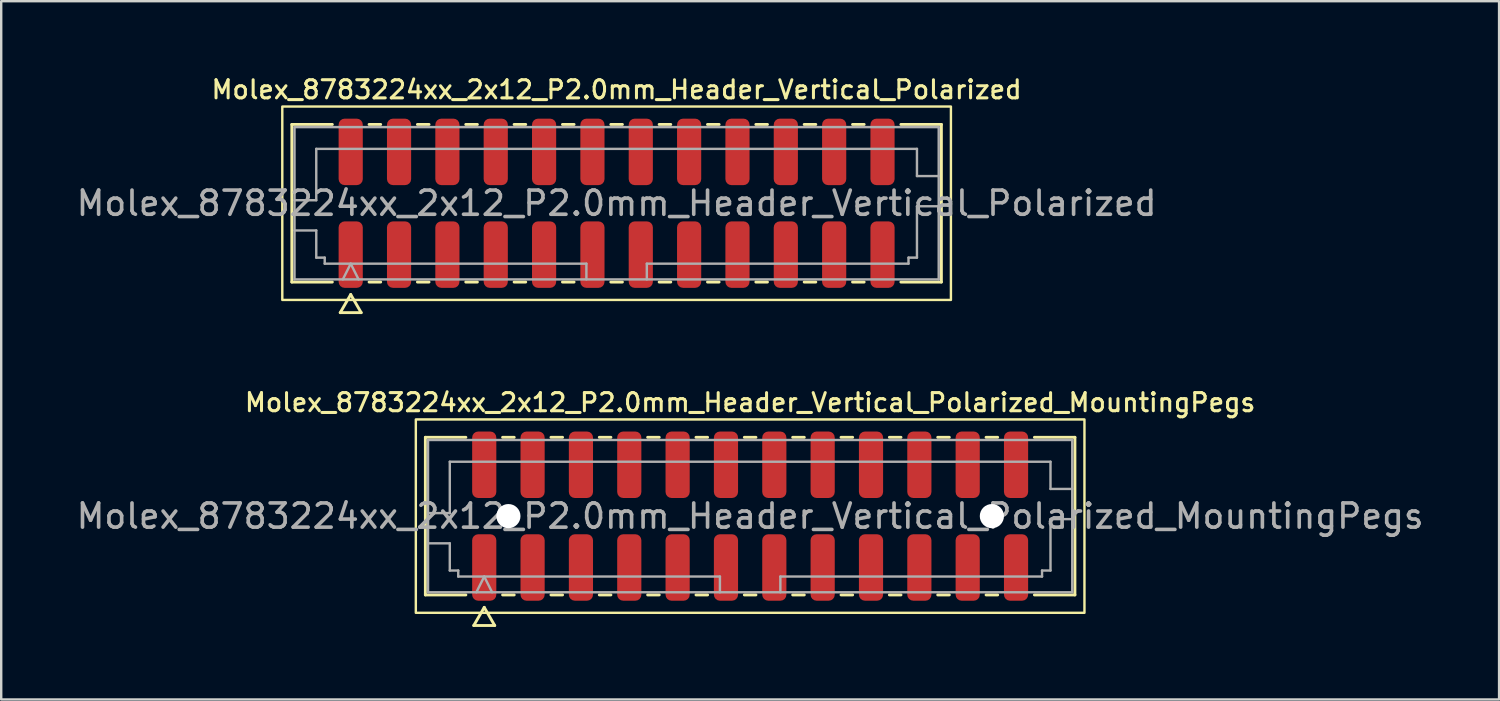
<source format=kicad_pcb>
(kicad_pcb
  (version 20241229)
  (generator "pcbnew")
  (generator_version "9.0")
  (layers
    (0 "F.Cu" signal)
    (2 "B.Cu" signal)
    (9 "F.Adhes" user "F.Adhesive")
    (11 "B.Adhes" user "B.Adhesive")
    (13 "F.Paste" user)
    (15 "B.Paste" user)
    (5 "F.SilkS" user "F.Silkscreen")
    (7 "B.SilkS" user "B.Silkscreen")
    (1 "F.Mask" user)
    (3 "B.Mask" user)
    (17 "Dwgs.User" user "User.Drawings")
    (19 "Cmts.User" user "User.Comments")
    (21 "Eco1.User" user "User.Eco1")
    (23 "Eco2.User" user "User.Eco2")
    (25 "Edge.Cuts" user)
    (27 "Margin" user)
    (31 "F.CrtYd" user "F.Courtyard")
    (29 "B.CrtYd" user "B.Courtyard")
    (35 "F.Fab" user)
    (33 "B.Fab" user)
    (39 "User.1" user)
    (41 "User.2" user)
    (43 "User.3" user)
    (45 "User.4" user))
  (footprint "Molex_8783224xx_2x12_P2.0mm_Header_Vertical_Polarized_MountingPegs"
    (layer "F.Cu")
    (at 27.982 18.301)
    (property "Reference" "Molex_8783224xx_2x12_P2.0mm_Header_Vertical_Polarized_MountingPegs" (at 0 -4.7 0) (layer "F.SilkS") (effects (font (size 0.75 0.75) (thickness 0.125))))
    (attr smd)
    (fp_line (start -13.435 -3.26) (end -11.76 -3.26) (stroke (width 0.12) (type solid)) (layer "F.SilkS"))
    (fp_line (start -13.435 3.26) (end -13.435 -3.26) (stroke (width 0.12) (type solid)) (layer "F.SilkS"))
    (fp_line (start -11.76 3.26) (end -13.435 3.26) (stroke (width 0.12) (type solid)) (layer "F.SilkS"))
    (fp_line (start -11.433 4.525) (end -11 3.775) (stroke (width 0.12) (type solid)) (layer "F.SilkS"))
    (fp_line (start -11 3.775) (end -10.567 4.525) (stroke (width 0.12) (type solid)) (layer "F.SilkS"))
    (fp_line (start -10.567 4.525) (end -11.433 4.525) (stroke (width 0.12) (type solid)) (layer "F.SilkS"))
    (fp_line (start -10.24 -3.26) (end -9.76 -3.26) (stroke (width 0.12) (type solid)) (layer "F.SilkS"))
    (fp_line (start -9.76 3.26) (end -10.24 3.26) (stroke (width 0.12) (type solid)) (layer "F.SilkS"))
    (fp_line (start -8.24 -3.26) (end -7.76 -3.26) (stroke (width 0.12) (type solid)) (layer "F.SilkS"))
    (fp_line (start -7.76 3.26) (end -8.24 3.26) (stroke (width 0.12) (type solid)) (layer "F.SilkS"))
    (fp_line (start -6.24 -3.26) (end -5.76 -3.26) (stroke (width 0.12) (type solid)) (layer "F.SilkS"))
    (fp_line (start -5.76 3.26) (end -6.24 3.26) (stroke (width 0.12) (type solid)) (layer "F.SilkS"))
    (fp_line (start -4.24 -3.26) (end -3.76 -3.26) (stroke (width 0.12) (type solid)) (layer "F.SilkS"))
    (fp_line (start -3.76 3.26) (end -4.24 3.26) (stroke (width 0.12) (type solid)) (layer "F.SilkS"))
    (fp_line (start -2.24 -3.26) (end -1.76 -3.26) (stroke (width 0.12) (type solid)) (layer "F.SilkS"))
    (fp_line (start -1.76 3.26) (end -2.24 3.26) (stroke (width 0.12) (type solid)) (layer "F.SilkS"))
    (fp_line (start -0.24 -3.26) (end 0.24 -3.26) (stroke (width 0.12) (type solid)) (layer "F.SilkS"))
    (fp_line (start 0.24 3.26) (end -0.24 3.26) (stroke (width 0.12) (type solid)) (layer "F.SilkS"))
    (fp_line (start 1.76 -3.26) (end 2.24 -3.26) (stroke (width 0.12) (type solid)) (layer "F.SilkS"))
    (fp_line (start 2.24 3.26) (end 1.76 3.26) (stroke (width 0.12) (type solid)) (layer "F.SilkS"))
    (fp_line (start 3.76 -3.26) (end 4.24 -3.26) (stroke (width 0.12) (type solid)) (layer "F.SilkS"))
    (fp_line (start 4.24 3.26) (end 3.76 3.26) (stroke (width 0.12) (type solid)) (layer "F.SilkS"))
    (fp_line (start 5.76 -3.26) (end 6.24 -3.26) (stroke (width 0.12) (type solid)) (layer "F.SilkS"))
    (fp_line (start 6.24 3.26) (end 5.76 3.26) (stroke (width 0.12) (type solid)) (layer "F.SilkS"))
    (fp_line (start 7.76 -3.26) (end 8.24 -3.26) (stroke (width 0.12) (type solid)) (layer "F.SilkS"))
    (fp_line (start 8.24 3.26) (end 7.76 3.26) (stroke (width 0.12) (type solid)) (layer "F.SilkS"))
    (fp_line (start 9.76 -3.26) (end 10.24 -3.26) (stroke (width 0.12) (type solid)) (layer "F.SilkS"))
    (fp_line (start 10.24 3.26) (end 9.76 3.26) (stroke (width 0.12) (type solid)) (layer "F.SilkS"))
    (fp_line (start 11.76 -3.26) (end 13.435 -3.26) (stroke (width 0.12) (type solid)) (layer "F.SilkS"))
    (fp_line (start 13.435 -3.26) (end 13.435 3.26) (stroke (width 0.12) (type solid)) (layer "F.SilkS"))
    (fp_line (start 13.435 3.26) (end 11.76 3.26) (stroke (width 0.12) (type solid)) (layer "F.SilkS"))
    (fp_rect (start -13.83 -4) (end 13.83 4) (stroke (width 0.1) (type solid)) (fill no) (layer "F.SilkS"))
    (fp_line (start -13.325 -3.15) (end 13.325 -3.15) (stroke (width 0.1) (type solid)) (layer "F.Fab"))
    (fp_line (start -13.325 -0.125) (end -12.425 -0.125) (stroke (width 0.1) (type solid)) (layer "F.Fab"))
    (fp_line (start -13.325 1.125) (end -12.425 1.125) (stroke (width 0.1) (type solid)) (layer "F.Fab"))
    (fp_line (start -13.325 3.15) (end -13.325 -3.15) (stroke (width 0.1) (type solid)) (layer "F.Fab"))
    (fp_line (start -12.425 -2.25) (end 12.425 -2.25) (stroke (width 0.1) (type solid)) (layer "F.Fab"))
    (fp_line (start -12.425 -0.125) (end -12.425 -2.25) (stroke (width 0.1) (type solid)) (layer "F.Fab"))
    (fp_line (start -12.425 1.125) (end -12.425 2.25) (stroke (width 0.1) (type solid)) (layer "F.Fab"))
    (fp_line (start -12.425 2.25) (end -12.075 2.25) (stroke (width 0.1) (type solid)) (layer "F.Fab"))
    (fp_line (start -12.075 2.25) (end -12.075 2.5) (stroke (width 0.1) (type solid)) (layer "F.Fab"))
    (fp_line (start -12.075 2.5) (end -1.25 2.5) (stroke (width 0.1) (type solid)) (layer "F.Fab"))
    (fp_line (start -11.325 3.15) (end -11 2.5) (stroke (width 0.1) (type solid)) (layer "F.Fab"))
    (fp_line (start -11 2.5) (end -10.675 3.15) (stroke (width 0.1) (type solid)) (layer "F.Fab"))
    (fp_line (start -1.25 2.5) (end -1.25 3.15) (stroke (width 0.1) (type solid)) (layer "F.Fab"))
    (fp_line (start 1.25 2.5) (end 1.25 3.15) (stroke (width 0.1) (type solid)) (layer "F.Fab"))
    (fp_line (start 1.25 2.5) (end 12.075 2.5) (stroke (width 0.1) (type solid)) (layer "F.Fab"))
    (fp_line (start 12.075 2.25) (end 12.425 2.25) (stroke (width 0.1) (type solid)) (layer "F.Fab"))
    (fp_line (start 12.075 2.5) (end 12.075 2.25) (stroke (width 0.1) (type solid)) (layer "F.Fab"))
    (fp_line (start 12.425 -2.25) (end 12.425 -1.125) (stroke (width 0.1) (type solid)) (layer "F.Fab"))
    (fp_line (start 12.425 -1.125) (end 13.325 -1.125) (stroke (width 0.1) (type solid)) (layer "F.Fab"))
    (fp_line (start 12.425 0.125) (end 13.325 0.125) (stroke (width 0.1) (type solid)) (layer "F.Fab"))
    (fp_line (start 12.425 2.25) (end 12.425 0.125) (stroke (width 0.1) (type solid)) (layer "F.Fab"))
    (fp_line (start 13.325 -3.15) (end 13.325 3.15) (stroke (width 0.1) (type solid)) (layer "F.Fab"))
    (fp_line (start 13.325 3.15) (end -13.325 3.15) (stroke (width 0.1) (type solid)) (layer "F.Fab"))
    (fp_text user "${REFERENCE}" (at 0 0 0) (layer "F.Fab") (effects (font (size 1 1) (thickness 0.15))))
    (pad "" np_thru_hole circle (at -10 0) (size 1 1) (drill 1) (layers "*.Cu" "*.Mask"))
    (pad "" np_thru_hole circle (at 10 0) (size 1 1) (drill 1) (layers "*.Cu" "*.Mask"))
    (pad "1" smd roundrect (at -11 2.125) (size 1 2.75) (layers "F.Cu" "F.Mask" "F.Paste") (roundrect_rratio 0.25))
    (pad "2" smd roundrect (at -11 -2.125) (size 1 2.75) (layers "F.Cu" "F.Mask" "F.Paste") (roundrect_rratio 0.25))
    (pad "3" smd roundrect (at -9 2.125) (size 1 2.75) (layers "F.Cu" "F.Mask" "F.Paste") (roundrect_rratio 0.25))
    (pad "4" smd roundrect (at -9 -2.125) (size 1 2.75) (layers "F.Cu" "F.Mask" "F.Paste") (roundrect_rratio 0.25))
    (pad "5" smd roundrect (at -7 2.125) (size 1 2.75) (layers "F.Cu" "F.Mask" "F.Paste") (roundrect_rratio 0.25))
    (pad "6" smd roundrect (at -7 -2.125) (size 1 2.75) (layers "F.Cu" "F.Mask" "F.Paste") (roundrect_rratio 0.25))
    (pad "7" smd roundrect (at -5 2.125) (size 1 2.75) (layers "F.Cu" "F.Mask" "F.Paste") (roundrect_rratio 0.25))
    (pad "8" smd roundrect (at -5 -2.125) (size 1 2.75) (layers "F.Cu" "F.Mask" "F.Paste") (roundrect_rratio 0.25))
    (pad "9" smd roundrect (at -3 2.125) (size 1 2.75) (layers "F.Cu" "F.Mask" "F.Paste") (roundrect_rratio 0.25))
    (pad "10" smd roundrect (at -3 -2.125) (size 1 2.75) (layers "F.Cu" "F.Mask" "F.Paste") (roundrect_rratio 0.25))
    (pad "11" smd roundrect (at -1 2.125) (size 1 2.75) (layers "F.Cu" "F.Mask" "F.Paste") (roundrect_rratio 0.25))
    (pad "12" smd roundrect (at -1 -2.125) (size 1 2.75) (layers "F.Cu" "F.Mask" "F.Paste") (roundrect_rratio 0.25))
    (pad "13" smd roundrect (at 1 2.125) (size 1 2.75) (layers "F.Cu" "F.Mask" "F.Paste") (roundrect_rratio 0.25))
    (pad "14" smd roundrect (at 1 -2.125) (size 1 2.75) (layers "F.Cu" "F.Mask" "F.Paste") (roundrect_rratio 0.25))
    (pad "15" smd roundrect (at 3 2.125) (size 1 2.75) (layers "F.Cu" "F.Mask" "F.Paste") (roundrect_rratio 0.25))
    (pad "16" smd roundrect (at 3 -2.125) (size 1 2.75) (layers "F.Cu" "F.Mask" "F.Paste") (roundrect_rratio 0.25))
    (pad "17" smd roundrect (at 5 2.125) (size 1 2.75) (layers "F.Cu" "F.Mask" "F.Paste") (roundrect_rratio 0.25))
    (pad "18" smd roundrect (at 5 -2.125) (size 1 2.75) (layers "F.Cu" "F.Mask" "F.Paste") (roundrect_rratio 0.25))
    (pad "19" smd roundrect (at 7 2.125) (size 1 2.75) (layers "F.Cu" "F.Mask" "F.Paste") (roundrect_rratio 0.25))
    (pad "20" smd roundrect (at 7 -2.125) (size 1 2.75) (layers "F.Cu" "F.Mask" "F.Paste") (roundrect_rratio 0.25))
    (pad "21" smd roundrect (at 9 2.125) (size 1 2.75) (layers "F.Cu" "F.Mask" "F.Paste") (roundrect_rratio 0.25))
    (pad "22" smd roundrect (at 9 -2.125) (size 1 2.75) (layers "F.Cu" "F.Mask" "F.Paste") (roundrect_rratio 0.25))
    (pad "23" smd roundrect (at 11 2.125) (size 1 2.75) (layers "F.Cu" "F.Mask" "F.Paste") (roundrect_rratio 0.25))
    (pad "24" smd roundrect (at 11 -2.125) (size 1 2.75) (layers "F.Cu" "F.Mask" "F.Paste") (roundrect_rratio 0.25)))
  (footprint "Molex_8783224xx_2x12_P2.0mm_Header_Vertical_Polarized"
    (layer "F.Cu")
    (at 22.458 5.358)
    (property "Reference" "Molex_8783224xx_2x12_P2.0mm_Header_Vertical_Polarized" (at 0 -4.7 0) (layer "F.SilkS") (effects (font (size 0.75 0.75) (thickness 0.125))))
    (attr smd)
    (fp_line (start -13.435 -3.26) (end -11.76 -3.26) (stroke (width 0.12) (type solid)) (layer "F.SilkS"))
    (fp_line (start -13.435 3.26) (end -13.435 -3.26) (stroke (width 0.12) (type solid)) (layer "F.SilkS"))
    (fp_line (start -11.76 3.26) (end -13.435 3.26) (stroke (width 0.12) (type solid)) (layer "F.SilkS"))
    (fp_line (start -11.433 4.525) (end -11 3.775) (stroke (width 0.12) (type solid)) (layer "F.SilkS"))
    (fp_line (start -11 3.775) (end -10.567 4.525) (stroke (width 0.12) (type solid)) (layer "F.SilkS"))
    (fp_line (start -10.567 4.525) (end -11.433 4.525) (stroke (width 0.12) (type solid)) (layer "F.SilkS"))
    (fp_line (start -10.24 -3.26) (end -9.76 -3.26) (stroke (width 0.12) (type solid)) (layer "F.SilkS"))
    (fp_line (start -9.76 3.26) (end -10.24 3.26) (stroke (width 0.12) (type solid)) (layer "F.SilkS"))
    (fp_line (start -8.24 -3.26) (end -7.76 -3.26) (stroke (width 0.12) (type solid)) (layer "F.SilkS"))
    (fp_line (start -7.76 3.26) (end -8.24 3.26) (stroke (width 0.12) (type solid)) (layer "F.SilkS"))
    (fp_line (start -6.24 -3.26) (end -5.76 -3.26) (stroke (width 0.12) (type solid)) (layer "F.SilkS"))
    (fp_line (start -5.76 3.26) (end -6.24 3.26) (stroke (width 0.12) (type solid)) (layer "F.SilkS"))
    (fp_line (start -4.24 -3.26) (end -3.76 -3.26) (stroke (width 0.12) (type solid)) (layer "F.SilkS"))
    (fp_line (start -3.76 3.26) (end -4.24 3.26) (stroke (width 0.12) (type solid)) (layer "F.SilkS"))
    (fp_line (start -2.24 -3.26) (end -1.76 -3.26) (stroke (width 0.12) (type solid)) (layer "F.SilkS"))
    (fp_line (start -1.76 3.26) (end -2.24 3.26) (stroke (width 0.12) (type solid)) (layer "F.SilkS"))
    (fp_line (start -0.24 -3.26) (end 0.24 -3.26) (stroke (width 0.12) (type solid)) (layer "F.SilkS"))
    (fp_line (start 0.24 3.26) (end -0.24 3.26) (stroke (width 0.12) (type solid)) (layer "F.SilkS"))
    (fp_line (start 1.76 -3.26) (end 2.24 -3.26) (stroke (width 0.12) (type solid)) (layer "F.SilkS"))
    (fp_line (start 2.24 3.26) (end 1.76 3.26) (stroke (width 0.12) (type solid)) (layer "F.SilkS"))
    (fp_line (start 3.76 -3.26) (end 4.24 -3.26) (stroke (width 0.12) (type solid)) (layer "F.SilkS"))
    (fp_line (start 4.24 3.26) (end 3.76 3.26) (stroke (width 0.12) (type solid)) (layer "F.SilkS"))
    (fp_line (start 5.76 -3.26) (end 6.24 -3.26) (stroke (width 0.12) (type solid)) (layer "F.SilkS"))
    (fp_line (start 6.24 3.26) (end 5.76 3.26) (stroke (width 0.12) (type solid)) (layer "F.SilkS"))
    (fp_line (start 7.76 -3.26) (end 8.24 -3.26) (stroke (width 0.12) (type solid)) (layer "F.SilkS"))
    (fp_line (start 8.24 3.26) (end 7.76 3.26) (stroke (width 0.12) (type solid)) (layer "F.SilkS"))
    (fp_line (start 9.76 -3.26) (end 10.24 -3.26) (stroke (width 0.12) (type solid)) (layer "F.SilkS"))
    (fp_line (start 10.24 3.26) (end 9.76 3.26) (stroke (width 0.12) (type solid)) (layer "F.SilkS"))
    (fp_line (start 11.76 -3.26) (end 13.435 -3.26) (stroke (width 0.12) (type solid)) (layer "F.SilkS"))
    (fp_line (start 13.435 -3.26) (end 13.435 3.26) (stroke (width 0.12) (type solid)) (layer "F.SilkS"))
    (fp_line (start 13.435 3.26) (end 11.76 3.26) (stroke (width 0.12) (type solid)) (layer "F.SilkS"))
    (fp_rect (start -13.83 -4) (end 13.83 4) (stroke (width 0.1) (type solid)) (fill no) (layer "F.SilkS"))
    (fp_line (start -13.325 -3.15) (end 13.325 -3.15) (stroke (width 0.1) (type solid)) (layer "F.Fab"))
    (fp_line (start -13.325 -0.125) (end -12.425 -0.125) (stroke (width 0.1) (type solid)) (layer "F.Fab"))
    (fp_line (start -13.325 1.125) (end -12.425 1.125) (stroke (width 0.1) (type solid)) (layer "F.Fab"))
    (fp_line (start -13.325 3.15) (end -13.325 -3.15) (stroke (width 0.1) (type solid)) (layer "F.Fab"))
    (fp_line (start -12.425 -2.25) (end 12.425 -2.25) (stroke (width 0.1) (type solid)) (layer "F.Fab"))
    (fp_line (start -12.425 -0.125) (end -12.425 -2.25) (stroke (width 0.1) (type solid)) (layer "F.Fab"))
    (fp_line (start -12.425 1.125) (end -12.425 2.25) (stroke (width 0.1) (type solid)) (layer "F.Fab"))
    (fp_line (start -12.425 2.25) (end -12.075 2.25) (stroke (width 0.1) (type solid)) (layer "F.Fab"))
    (fp_line (start -12.075 2.25) (end -12.075 2.5) (stroke (width 0.1) (type solid)) (layer "F.Fab"))
    (fp_line (start -12.075 2.5) (end -1.25 2.5) (stroke (width 0.1) (type solid)) (layer "F.Fab"))
    (fp_line (start -11.325 3.15) (end -11 2.5) (stroke (width 0.1) (type solid)) (layer "F.Fab"))
    (fp_line (start -11 2.5) (end -10.675 3.15) (stroke (width 0.1) (type solid)) (layer "F.Fab"))
    (fp_line (start -1.25 2.5) (end -1.25 3.15) (stroke (width 0.1) (type solid)) (layer "F.Fab"))
    (fp_line (start 1.25 2.5) (end 1.25 3.15) (stroke (width 0.1) (type solid)) (layer "F.Fab"))
    (fp_line (start 1.25 2.5) (end 12.075 2.5) (stroke (width 0.1) (type solid)) (layer "F.Fab"))
    (fp_line (start 12.075 2.25) (end 12.425 2.25) (stroke (width 0.1) (type solid)) (layer "F.Fab"))
    (fp_line (start 12.075 2.5) (end 12.075 2.25) (stroke (width 0.1) (type solid)) (layer "F.Fab"))
    (fp_line (start 12.425 -2.25) (end 12.425 -1.125) (stroke (width 0.1) (type solid)) (layer "F.Fab"))
    (fp_line (start 12.425 -1.125) (end 13.325 -1.125) (stroke (width 0.1) (type solid)) (layer "F.Fab"))
    (fp_line (start 12.425 0.125) (end 13.325 0.125) (stroke (width 0.1) (type solid)) (layer "F.Fab"))
    (fp_line (start 12.425 2.25) (end 12.425 0.125) (stroke (width 0.1) (type solid)) (layer "F.Fab"))
    (fp_line (start 13.325 -3.15) (end 13.325 3.15) (stroke (width 0.1) (type solid)) (layer "F.Fab"))
    (fp_line (start 13.325 3.15) (end -13.325 3.15) (stroke (width 0.1) (type solid)) (layer "F.Fab"))
    (fp_text user "${REFERENCE}" (at 0 0 0) (layer "F.Fab") (effects (font (size 1 1) (thickness 0.15))))
    (pad "1" smd roundrect (at -11 2.125) (size 1 2.75) (layers "F.Cu" "F.Mask" "F.Paste") (roundrect_rratio 0.25))
    (pad "2" smd roundrect (at -11 -2.125) (size 1 2.75) (layers "F.Cu" "F.Mask" "F.Paste") (roundrect_rratio 0.25))
    (pad "3" smd roundrect (at -9 2.125) (size 1 2.75) (layers "F.Cu" "F.Mask" "F.Paste") (roundrect_rratio 0.25))
    (pad "4" smd roundrect (at -9 -2.125) (size 1 2.75) (layers "F.Cu" "F.Mask" "F.Paste") (roundrect_rratio 0.25))
    (pad "5" smd roundrect (at -7 2.125) (size 1 2.75) (layers "F.Cu" "F.Mask" "F.Paste") (roundrect_rratio 0.25))
    (pad "6" smd roundrect (at -7 -2.125) (size 1 2.75) (layers "F.Cu" "F.Mask" "F.Paste") (roundrect_rratio 0.25))
    (pad "7" smd roundrect (at -5 2.125) (size 1 2.75) (layers "F.Cu" "F.Mask" "F.Paste") (roundrect_rratio 0.25))
    (pad "8" smd roundrect (at -5 -2.125) (size 1 2.75) (layers "F.Cu" "F.Mask" "F.Paste") (roundrect_rratio 0.25))
    (pad "9" smd roundrect (at -3 2.125) (size 1 2.75) (layers "F.Cu" "F.Mask" "F.Paste") (roundrect_rratio 0.25))
    (pad "10" smd roundrect (at -3 -2.125) (size 1 2.75) (layers "F.Cu" "F.Mask" "F.Paste") (roundrect_rratio 0.25))
    (pad "11" smd roundrect (at -1 2.125) (size 1 2.75) (layers "F.Cu" "F.Mask" "F.Paste") (roundrect_rratio 0.25))
    (pad "12" smd roundrect (at -1 -2.125) (size 1 2.75) (layers "F.Cu" "F.Mask" "F.Paste") (roundrect_rratio 0.25))
    (pad "13" smd roundrect (at 1 2.125) (size 1 2.75) (layers "F.Cu" "F.Mask" "F.Paste") (roundrect_rratio 0.25))
    (pad "14" smd roundrect (at 1 -2.125) (size 1 2.75) (layers "F.Cu" "F.Mask" "F.Paste") (roundrect_rratio 0.25))
    (pad "15" smd roundrect (at 3 2.125) (size 1 2.75) (layers "F.Cu" "F.Mask" "F.Paste") (roundrect_rratio 0.25))
    (pad "16" smd roundrect (at 3 -2.125) (size 1 2.75) (layers "F.Cu" "F.Mask" "F.Paste") (roundrect_rratio 0.25))
    (pad "17" smd roundrect (at 5 2.125) (size 1 2.75) (layers "F.Cu" "F.Mask" "F.Paste") (roundrect_rratio 0.25))
    (pad "18" smd roundrect (at 5 -2.125) (size 1 2.75) (layers "F.Cu" "F.Mask" "F.Paste") (roundrect_rratio 0.25))
    (pad "19" smd roundrect (at 7 2.125) (size 1 2.75) (layers "F.Cu" "F.Mask" "F.Paste") (roundrect_rratio 0.25))
    (pad "20" smd roundrect (at 7 -2.125) (size 1 2.75) (layers "F.Cu" "F.Mask" "F.Paste") (roundrect_rratio 0.25))
    (pad "21" smd roundrect (at 9 2.125) (size 1 2.75) (layers "F.Cu" "F.Mask" "F.Paste") (roundrect_rratio 0.25))
    (pad "22" smd roundrect (at 9 -2.125) (size 1 2.75) (layers "F.Cu" "F.Mask" "F.Paste") (roundrect_rratio 0.25))
    (pad "23" smd roundrect (at 11 2.125) (size 1 2.75) (layers "F.Cu" "F.Mask" "F.Paste") (roundrect_rratio 0.25))
    (pad "24" smd roundrect (at 11 -2.125) (size 1 2.75) (layers "F.Cu" "F.Mask" "F.Paste") (roundrect_rratio 0.25)))
  (gr_rect
    (start -3 -3)
    (end 58.964 25.886)
    (stroke (width 0.1) (type default))
    (fill no)
    (layer "Edge.Cuts")))
</source>
